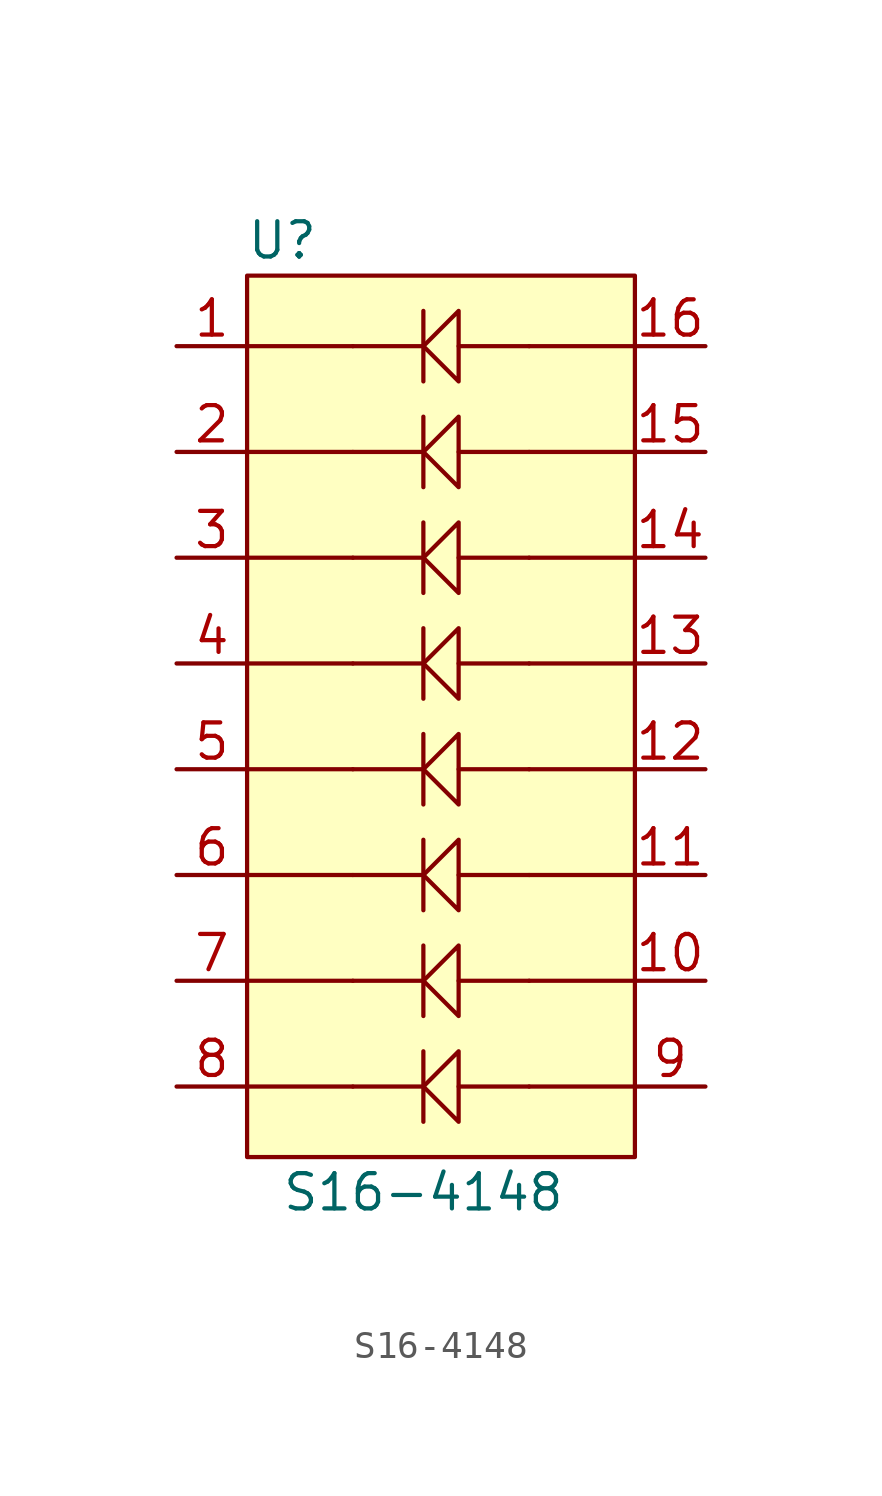
<source format=kicad_sym>
(kicad_symbol_lib
  (version 20211014)
  (generator kicad_symbol_editor)
  (symbol "S16-4148"
    (property "Reference" "U"
      (at 1.27 33.02 0)
      (effects (font (size 1.27 1.27))))
    (property "Value" "S16-4148"
      (at 6.35 -1.27 0)
      (effects (font (size 1.27 1.27))))
    (symbol "S16-4148_0_1"
      (polyline (pts (xy 3.81 2.54) (xy 0 2.54)) (stroke (width 0) (type default) (color 0 0 0 0)) (fill (type none)))
      (polyline (pts (xy 3.81 6.35) (xy 0 6.35)) (stroke (width 0) (type default) (color 0 0 0 0)) (fill (type none)))
      (polyline (pts (xy 3.81 10.16) (xy 0 10.16)) (stroke (width 0) (type default) (color 0 0 0 0)) (fill (type none)))
      (polyline (pts (xy 3.81 13.97) (xy 0 13.97)) (stroke (width 0) (type default) (color 0 0 0 0)) (fill (type none)))
      (polyline (pts (xy 3.81 17.78) (xy 0 17.78)) (stroke (width 0) (type default) (color 0 0 0 0)) (fill (type none)))
      (polyline (pts (xy 3.81 21.59) (xy 0 21.59)) (stroke (width 0) (type default) (color 0 0 0 0)) (fill (type none)))
      (polyline (pts (xy 3.81 25.4) (xy 0 25.4)) (stroke (width 0) (type default) (color 0 0 0 0)) (fill (type none)))
      (polyline (pts (xy 3.81 29.21) (xy 0 29.21)) (stroke (width 0) (type default) (color 0 0 0 0)) (fill (type none)))
      (polyline (pts (xy 6.35 2.54) (xy 3.81 2.54)) (stroke (width 0) (type default) (color 0 0 0 0)) (fill (type none)))
      (polyline (pts (xy 6.35 3.81) (xy 6.35 1.27)) (stroke (width 0) (type default) (color 0 0 0 0)) (fill (type none)))
      (polyline (pts (xy 6.35 6.35) (xy 3.81 6.35)) (stroke (width 0) (type default) (color 0 0 0 0)) (fill (type none)))
      (polyline (pts (xy 6.35 7.62) (xy 6.35 5.08)) (stroke (width 0) (type default) (color 0 0 0 0)) (fill (type none)))
      (polyline (pts (xy 6.35 10.16) (xy 3.81 10.16)) (stroke (width 0) (type default) (color 0 0 0 0)) (fill (type none)))
      (polyline (pts (xy 6.35 11.43) (xy 6.35 8.89)) (stroke (width 0) (type default) (color 0 0 0 0)) (fill (type none)))
      (polyline (pts (xy 6.35 13.97) (xy 3.81 13.97)) (stroke (width 0) (type default) (color 0 0 0 0)) (fill (type none)))
      (polyline (pts (xy 6.35 15.24) (xy 6.35 12.7)) (stroke (width 0) (type default) (color 0 0 0 0)) (fill (type none)))
      (polyline (pts (xy 6.35 17.78) (xy 3.81 17.78)) (stroke (width 0) (type default) (color 0 0 0 0)) (fill (type none)))
      (polyline (pts (xy 6.35 19.05) (xy 6.35 16.51)) (stroke (width 0) (type default) (color 0 0 0 0)) (fill (type none)))
      (polyline (pts (xy 6.35 21.59) (xy 3.81 21.59)) (stroke (width 0) (type default) (color 0 0 0 0)) (fill (type none)))
      (polyline (pts (xy 6.35 22.86) (xy 6.35 20.32)) (stroke (width 0) (type default) (color 0 0 0 0)) (fill (type none)))
      (polyline (pts (xy 6.35 25.4) (xy 3.81 25.4)) (stroke (width 0) (type default) (color 0 0 0 0)) (fill (type none)))
      (polyline (pts (xy 6.35 26.67) (xy 6.35 24.13)) (stroke (width 0) (type default) (color 0 0 0 0)) (fill (type none)))
      (polyline (pts (xy 6.35 29.21) (xy 3.81 29.21)) (stroke (width 0) (type default) (color 0 0 0 0)) (fill (type none)))
      (polyline (pts (xy 6.35 30.48) (xy 6.35 27.94)) (stroke (width 0) (type default) (color 0 0 0 0)) (fill (type none)))
      (polyline (pts (xy 7.62 2.54) (xy 10.16 2.54)) (stroke (width 0) (type default) (color 0 0 0 0)) (fill (type none)))
      (polyline (pts (xy 7.62 6.35) (xy 10.16 6.35)) (stroke (width 0) (type default) (color 0 0 0 0)) (fill (type none)))
      (polyline (pts (xy 7.62 10.16) (xy 10.16 10.16)) (stroke (width 0) (type default) (color 0 0 0 0)) (fill (type none)))
      (polyline (pts (xy 7.62 13.97) (xy 10.16 13.97)) (stroke (width 0) (type default) (color 0 0 0 0)) (fill (type none)))
      (polyline (pts (xy 7.62 17.78) (xy 10.16 17.78)) (stroke (width 0) (type default) (color 0 0 0 0)) (fill (type none)))
      (polyline (pts (xy 7.62 21.59) (xy 10.16 21.59)) (stroke (width 0) (type default) (color 0 0 0 0)) (fill (type none)))
      (polyline (pts (xy 7.62 25.4) (xy 10.16 25.4)) (stroke (width 0) (type default) (color 0 0 0 0)) (fill (type none)))
      (polyline (pts (xy 7.62 29.21) (xy 10.16 29.21)) (stroke (width 0) (type default) (color 0 0 0 0)) (fill (type none)))
      (polyline (pts (xy 10.16 2.54) (xy 13.97 2.54)) (stroke (width 0) (type default) (color 0 0 0 0)) (fill (type none)))
      (polyline (pts (xy 10.16 6.35) (xy 13.97 6.35)) (stroke (width 0) (type default) (color 0 0 0 0)) (fill (type none)))
      (polyline (pts (xy 10.16 10.16) (xy 13.97 10.16)) (stroke (width 0) (type default) (color 0 0 0 0)) (fill (type none)))
      (polyline (pts (xy 10.16 13.97) (xy 13.97 13.97)) (stroke (width 0) (type default) (color 0 0 0 0)) (fill (type none)))
      (polyline (pts (xy 10.16 17.78) (xy 13.97 17.78)) (stroke (width 0) (type default) (color 0 0 0 0)) (fill (type none)))
      (polyline (pts (xy 10.16 21.59) (xy 13.97 21.59)) (stroke (width 0) (type default) (color 0 0 0 0)) (fill (type none)))
      (polyline (pts (xy 10.16 25.4) (xy 13.97 25.4)) (stroke (width 0) (type default) (color 0 0 0 0)) (fill (type none)))
      (polyline (pts (xy 10.16 29.21) (xy 13.97 29.21)) (stroke (width 0) (type default) (color 0 0 0 0)) (fill (type none)))
      (polyline (pts (xy 7.62 3.81) (xy 6.35 2.54) (xy 7.62 1.27) (xy 7.62 3.81)) (stroke (width 0) (type default) (color 0 0 0 0)) (fill (type none)))
      (polyline (pts (xy 7.62 7.62) (xy 6.35 6.35) (xy 7.62 5.08) (xy 7.62 7.62)) (stroke (width 0) (type default) (color 0 0 0 0)) (fill (type none)))
      (polyline (pts (xy 7.62 11.43) (xy 6.35 10.16) (xy 7.62 8.89) (xy 7.62 11.43)) (stroke (width 0) (type default) (color 0 0 0 0)) (fill (type none)))
      (polyline (pts (xy 7.62 15.24) (xy 6.35 13.97) (xy 7.62 12.7) (xy 7.62 15.24)) (stroke (width 0) (type default) (color 0 0 0 0)) (fill (type none)))
      (polyline (pts (xy 7.62 19.05) (xy 6.35 17.78) (xy 7.62 16.51) (xy 7.62 19.05)) (stroke (width 0) (type default) (color 0 0 0 0)) (fill (type none)))
      (polyline (pts (xy 7.62 22.86) (xy 6.35 21.59) (xy 7.62 20.32) (xy 7.62 22.86)) (stroke (width 0) (type default) (color 0 0 0 0)) (fill (type none)))
      (polyline (pts (xy 7.62 26.67) (xy 6.35 25.4) (xy 7.62 24.13) (xy 7.62 26.67)) (stroke (width 0) (type default) (color 0 0 0 0)) (fill (type none)))
      (polyline (pts (xy 7.62 30.48) (xy 6.35 29.21) (xy 7.62 27.94) (xy 7.62 30.48)) (stroke (width 0) (type default) (color 0 0 0 0)) (fill (type none)))
      (rectangle (start 0 31.75) (end 13.97 0) (stroke (width 0) (type default) (color 0 0 0 0)) (fill (type background))))
    (symbol "S16-4148_1_1"
      (pin passive line (at -2.54 29.21 0) (length 2.54) (name "" (effects (font (size 1.27 1.27)))) (number "1" (effects (font (size 1.27 1.27)))))
      (pin passive line (at 16.51 6.35 180) (length 2.54) (name "" (effects (font (size 1.27 1.27)))) (number "10" (effects (font (size 1.27 1.27)))))
      (pin passive line (at 16.51 10.16 180) (length 2.54) (name "" (effects (font (size 1.27 1.27)))) (number "11" (effects (font (size 1.27 1.27)))))
      (pin passive line (at 16.51 13.97 180) (length 2.54) (name "" (effects (font (size 1.27 1.27)))) (number "12" (effects (font (size 1.27 1.27)))))
      (pin passive line (at 16.51 17.78 180) (length 2.54) (name "" (effects (font (size 1.27 1.27)))) (number "13" (effects (font (size 1.27 1.27)))))
      (pin passive line (at 16.51 21.59 180) (length 2.54) (name "" (effects (font (size 1.27 1.27)))) (number "14" (effects (font (size 1.27 1.27)))))
      (pin passive line (at 16.51 25.4 180) (length 2.54) (name "" (effects (font (size 1.27 1.27)))) (number "15" (effects (font (size 1.27 1.27)))))
      (pin passive line (at 16.51 29.21 180) (length 2.54) (name "" (effects (font (size 1.27 1.27)))) (number "16" (effects (font (size 1.27 1.27)))))
      (pin passive line (at -2.54 25.4 0) (length 2.54) (name "" (effects (font (size 1.27 1.27)))) (number "2" (effects (font (size 1.27 1.27)))))
      (pin passive line (at -2.54 21.59 0) (length 2.54) (name "" (effects (font (size 1.27 1.27)))) (number "3" (effects (font (size 1.27 1.27)))))
      (pin passive line (at -2.54 17.78 0) (length 2.54) (name "" (effects (font (size 1.27 1.27)))) (number "4" (effects (font (size 1.27 1.27)))))
      (pin passive line (at -2.54 13.97 0) (length 2.54) (name "" (effects (font (size 1.27 1.27)))) (number "5" (effects (font (size 1.27 1.27)))))
      (pin passive line (at -2.54 10.16 0) (length 2.54) (name "" (effects (font (size 1.27 1.27)))) (number "6" (effects (font (size 1.27 1.27)))))
      (pin passive line (at -2.54 6.35 0) (length 2.54) (name "" (effects (font (size 1.27 1.27)))) (number "7" (effects (font (size 1.27 1.27)))))
      (pin passive line (at -2.54 2.54 0) (length 2.54) (name "" (effects (font (size 1.27 1.27)))) (number "8" (effects (font (size 1.27 1.27)))))
      (pin passive line (at 16.51 2.54 180) (length 2.54) (name "" (effects (font (size 1.27 1.27)))) (number "9" (effects (font (size 1.27 1.27))))))))
</source>
